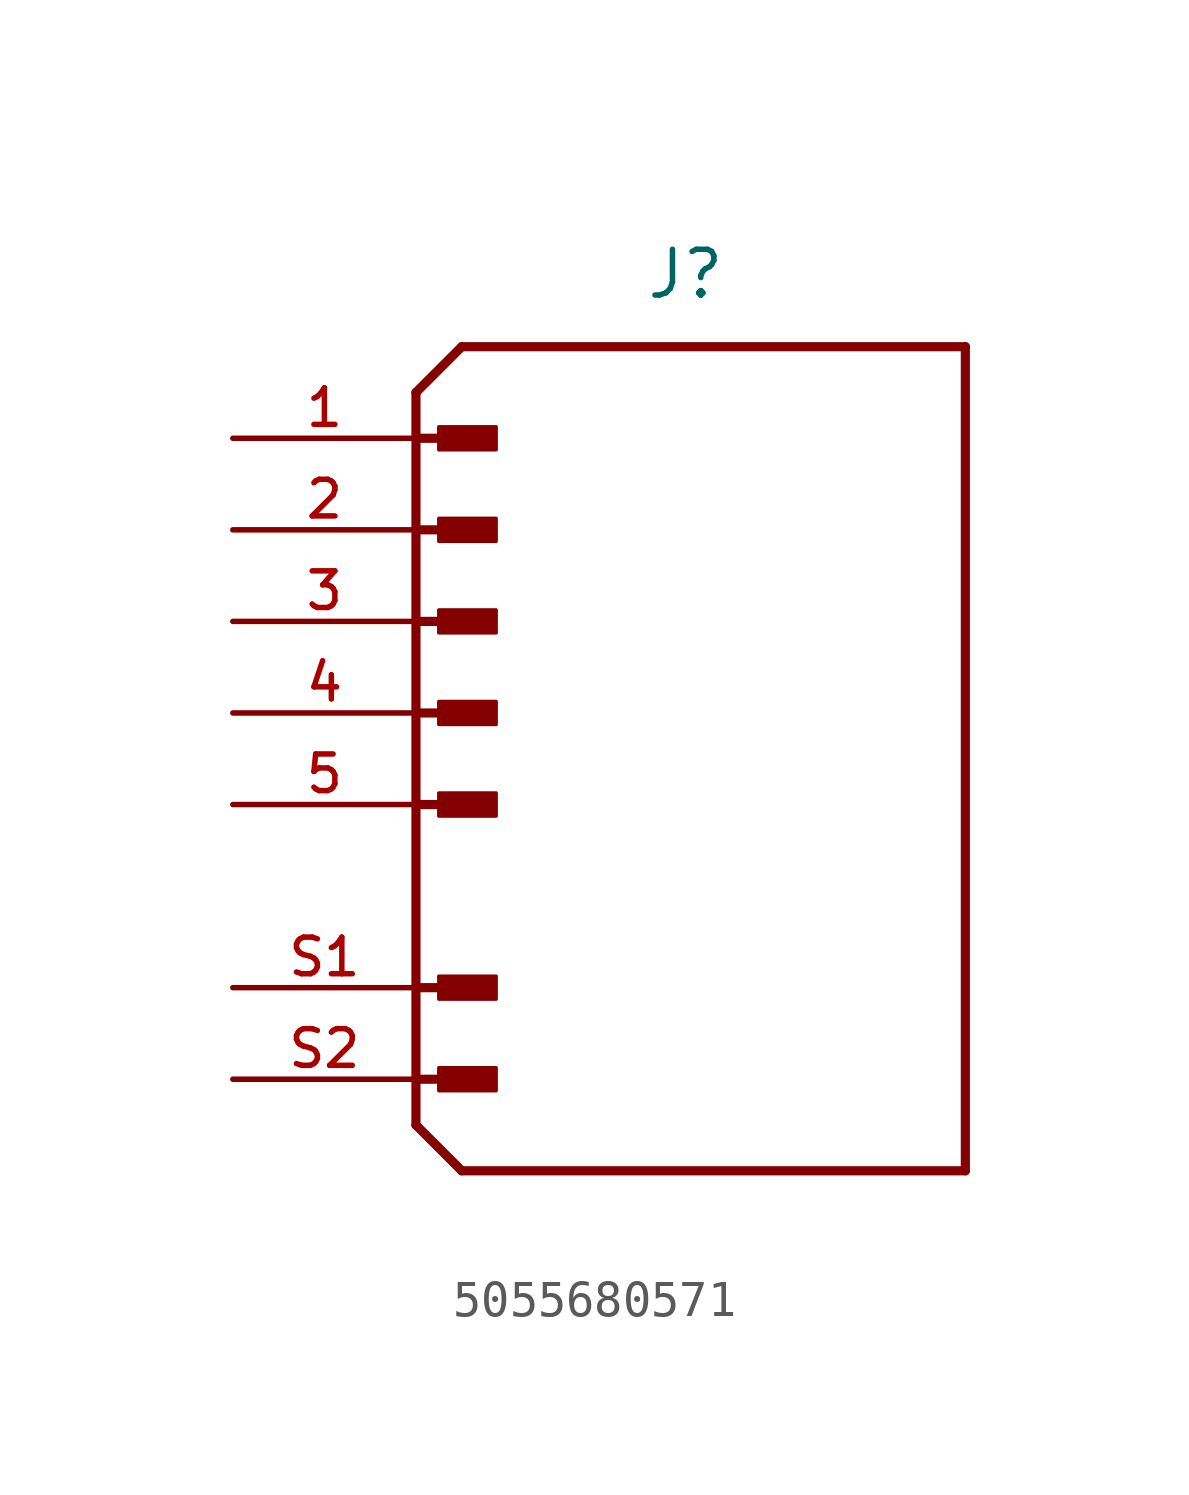
<source format=kicad_sym>
(kicad_symbol_lib
  (version 20211014)
  (generator kicad_symbol_editor)
  (symbol "5055680571"
    (pin_names
      (offset 1.016))
    (property "Reference" "J"
      (at -1.27 13.97 0)
      (effects (font (size 1.27 1.27)) (justify left bottom)))
    (symbol "5055680571_0_0"
      (rectangle (start -6.985 -7.938) (end -5.397 -7.303) (stroke (width 0.1) (type default) (color 0 0 0 0)) (fill (type outline)))
      (rectangle (start -6.985 -5.397) (end -5.397 -4.763) (stroke (width 0.1) (type default) (color 0 0 0 0)) (fill (type outline)))
      (rectangle (start -6.985 -0.318) (end -5.397 0.318) (stroke (width 0.1) (type default) (color 0 0 0 0)) (fill (type outline)))
      (rectangle (start -6.985 2.223) (end -5.397 2.857) (stroke (width 0.1) (type default) (color 0 0 0 0)) (fill (type outline)))
      (rectangle (start -6.985 4.763) (end -5.397 5.397) (stroke (width 0.1) (type default) (color 0 0 0 0)) (fill (type outline)))
      (rectangle (start -6.985 7.303) (end -5.397 7.938) (stroke (width 0.1) (type default) (color 0 0 0 0)) (fill (type outline)))
      (rectangle (start -6.985 9.842) (end -5.397 10.477) (stroke (width 0.1) (type default) (color 0 0 0 0)) (fill (type outline)))
      (polyline (pts (xy -7.62 -8.89) (xy -6.35 -10.16)) (stroke (width 0.254) (type default) (color 0 0 0 0)) (fill (type none)))
      (polyline (pts (xy -7.62 -7.62) (xy -5.715 -7.62)) (stroke (width 0.254) (type default) (color 0 0 0 0)) (fill (type none)))
      (polyline (pts (xy -7.62 -5.08) (xy -5.715 -5.08)) (stroke (width 0.254) (type default) (color 0 0 0 0)) (fill (type none)))
      (polyline (pts (xy -7.62 0) (xy -5.715 0)) (stroke (width 0.254) (type default) (color 0 0 0 0)) (fill (type none)))
      (polyline (pts (xy -7.62 2.54) (xy -5.715 2.54)) (stroke (width 0.254) (type default) (color 0 0 0 0)) (fill (type none)))
      (polyline (pts (xy -7.62 5.08) (xy -5.715 5.08)) (stroke (width 0.254) (type default) (color 0 0 0 0)) (fill (type none)))
      (polyline (pts (xy -7.62 7.62) (xy -5.715 7.62)) (stroke (width 0.254) (type default) (color 0 0 0 0)) (fill (type none)))
      (polyline (pts (xy -7.62 10.16) (xy -7.62 -8.89)) (stroke (width 0.254) (type default) (color 0 0 0 0)) (fill (type none)))
      (polyline (pts (xy -7.62 10.16) (xy -5.715 10.16)) (stroke (width 0.254) (type default) (color 0 0 0 0)) (fill (type none)))
      (polyline (pts (xy -7.62 11.43) (xy -7.62 10.16)) (stroke (width 0.254) (type default) (color 0 0 0 0)) (fill (type none)))
      (polyline (pts (xy -7.62 11.43) (xy -6.35 12.7)) (stroke (width 0.254) (type default) (color 0 0 0 0)) (fill (type none)))
      (polyline (pts (xy -6.35 -10.16) (xy 7.62 -10.16)) (stroke (width 0.254) (type default) (color 0 0 0 0)) (fill (type none)))
      (polyline (pts (xy 7.62 -10.16) (xy 7.62 12.7)) (stroke (width 0.254) (type default) (color 0 0 0 0)) (fill (type none)))
      (polyline (pts (xy 7.62 12.7) (xy -6.35 12.7)) (stroke (width 0.254) (type default) (color 0 0 0 0)) (fill (type background)))
      (pin passive line (at -12.7 10.16 0) (length 5.08) (name "" (effects (font (size 1.016 1.016)))) (number "1" (effects (font (size 1.016 1.016)))))
      (pin passive line (at -12.7 7.62 0) (length 5.08) (name "" (effects (font (size 1.016 1.016)))) (number "2" (effects (font (size 1.016 1.016)))))
      (pin passive line (at -12.7 5.08 0) (length 5.08) (name "" (effects (font (size 1.016 1.016)))) (number "3" (effects (font (size 1.016 1.016)))))
      (pin passive line (at -12.7 2.54 0) (length 5.08) (name "" (effects (font (size 1.016 1.016)))) (number "4" (effects (font (size 1.016 1.016)))))
      (pin passive line (at -12.7 0 0) (length 5.08) (name "" (effects (font (size 1.016 1.016)))) (number "5" (effects (font (size 1.016 1.016)))))
      (pin passive line (at -12.7 -5.08 0) (length 5.08) (name "" (effects (font (size 1.016 1.016)))) (number "S1" (effects (font (size 1.016 1.016)))))
      (pin passive line (at -12.7 -7.62 0) (length 5.08) (name "" (effects (font (size 1.016 1.016)))) (number "S2" (effects (font (size 1.016 1.016))))))))
</source>
